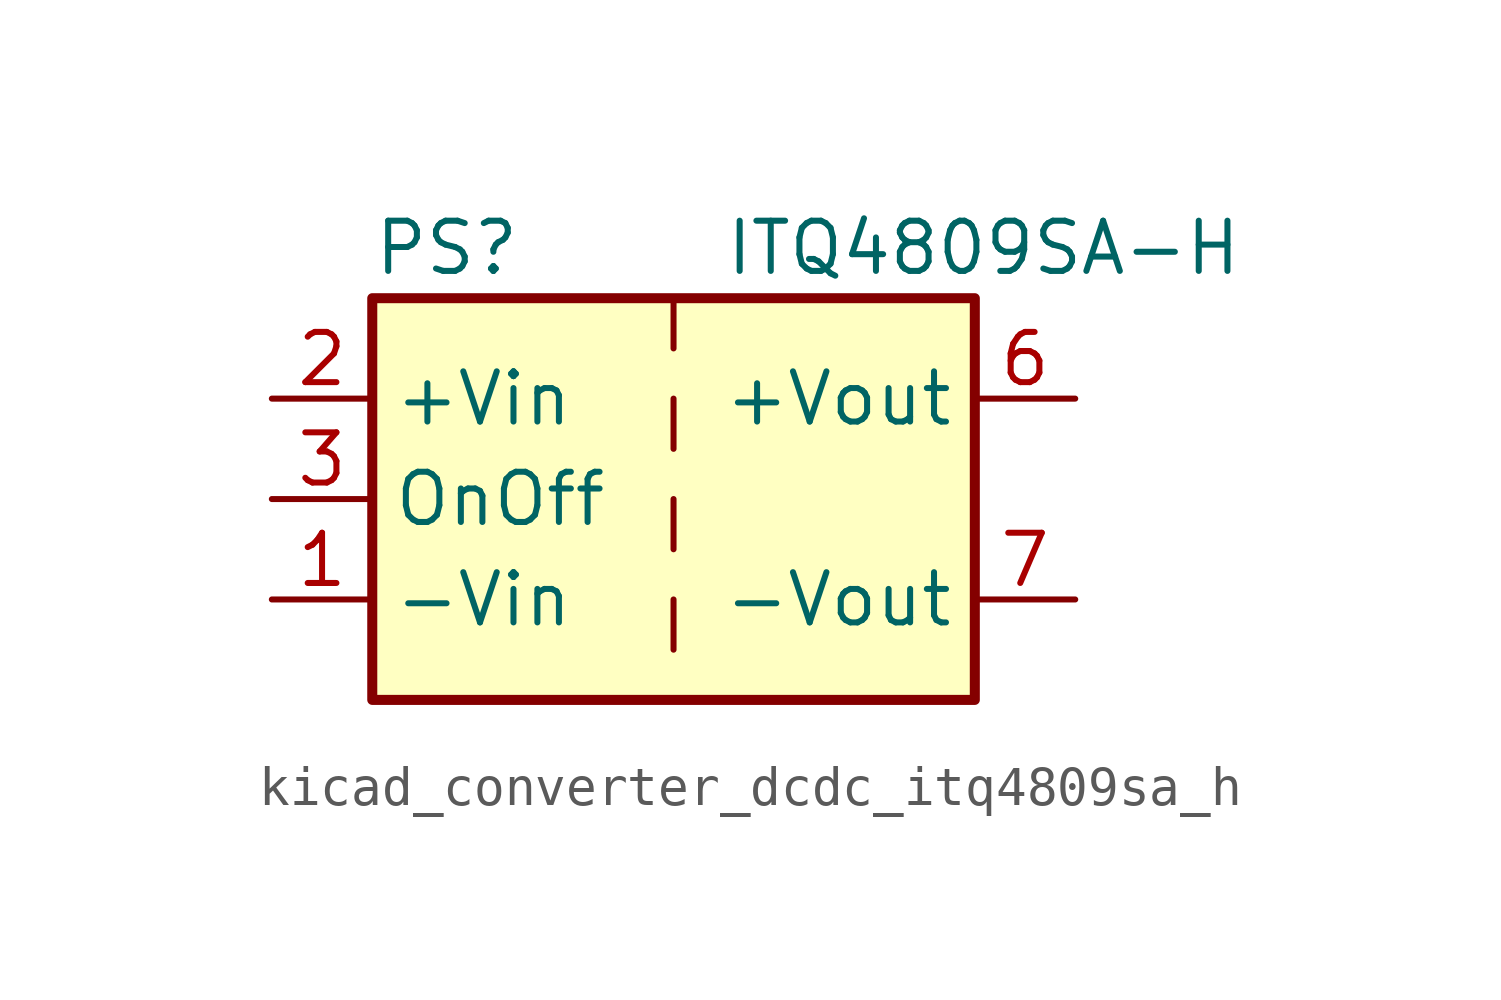
<source format=kicad_sym>
(kicad_symbol_lib
  (version 20220914)
  (generator kicad_symbol_editor)
  (symbol "kicad_converter_dcdc_itq4809sa_h"
    (property "Reference" "PS"
      (at -7.62 6.35 0)
      (effects (font (size 1.27 1.27)) (justify left)))
    (property "Value" "ITQ4809SA-H"
      (at 1.27 6.35 0)
      (effects (font (size 1.27 1.27)) (justify left)))
    (symbol "kicad_converter_dcdc_itq4809sa_h_0_0"
      (pin power_in line (at -10.16 -2.54 0) (length 2.54) (name "-Vin" (effects (font (size 1.27 1.27)))) (number "1" (effects (font (size 1.27 1.27)))))
      (pin power_in line (at -10.16 2.54 0) (length 2.54) (name "+Vin" (effects (font (size 1.27 1.27)))) (number "2" (effects (font (size 1.27 1.27)))))
      (pin input line (at -10.16 0 0) (length 2.54) (name "OnOff" (effects (font (size 1.27 1.27)))) (number "3" (effects (font (size 1.27 1.27)))))
      (pin power_out line (at 10.16 2.54 180) (length 2.54) (name "+Vout" (effects (font (size 1.27 1.27)))) (number "6" (effects (font (size 1.27 1.27)))))
      (pin power_out line (at 10.16 -2.54 180) (length 2.54) (name "-Vout" (effects (font (size 1.27 1.27)))) (number "7" (effects (font (size 1.27 1.27)))))
      (pin no_connect line (at 7.62 0 180) (length 2.54) hide (name "NC" (effects (font (size 1.27 1.27)))) (number "8" (effects (font (size 1.27 1.27))))))
    (symbol "kicad_converter_dcdc_itq4809sa_h_0_1"
      (rectangle (start -7.62 5.08) (end 7.62 -5.08) (stroke (width 0.254) (type default)) (fill (type background)))
      (polyline (pts (xy 0 -2.54) (xy 0 -3.81)) (stroke (width 0) (type default)) (fill (type none)))
      (polyline (pts (xy 0 0) (xy 0 -1.27)) (stroke (width 0) (type default)) (fill (type none)))
      (polyline (pts (xy 0 2.54) (xy 0 1.27)) (stroke (width 0) (type default)) (fill (type none)))
      (polyline (pts (xy 0 5.08) (xy 0 3.81)) (stroke (width 0) (type default)) (fill (type none))))))
</source>
